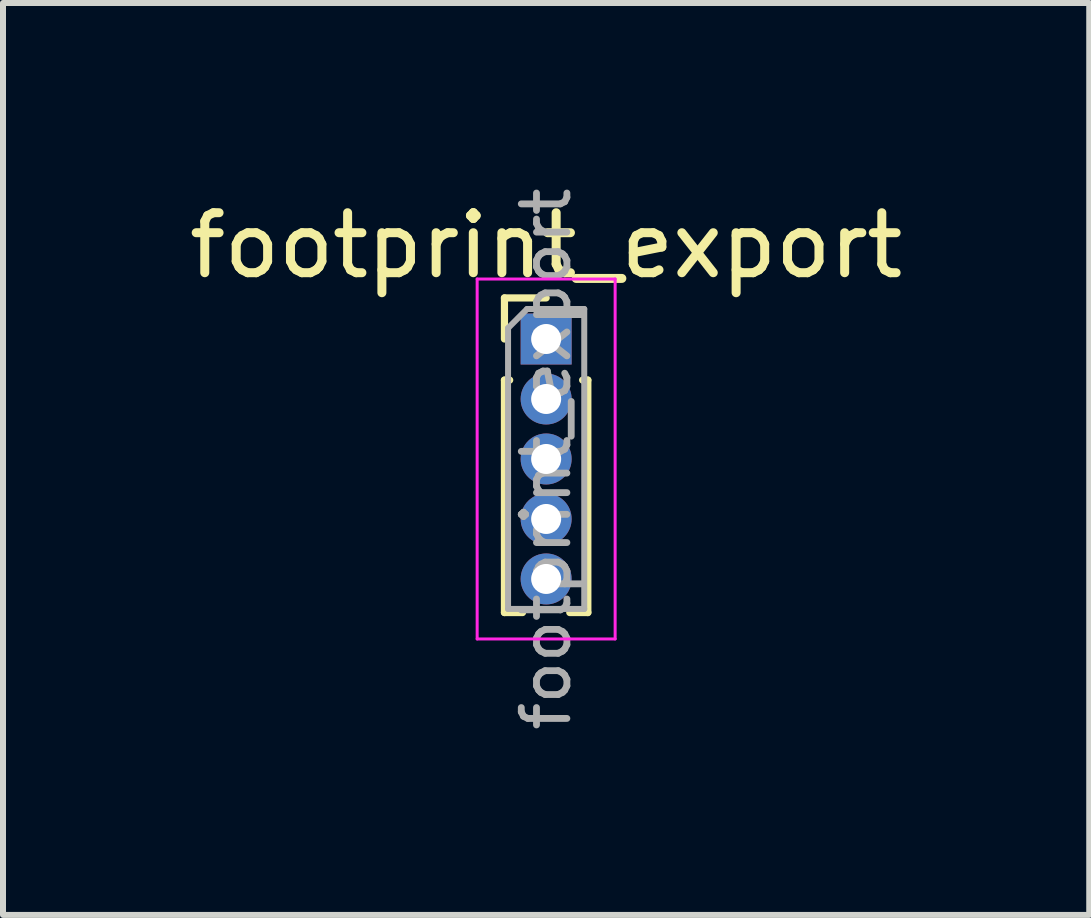
<source format=kicad_pcb>
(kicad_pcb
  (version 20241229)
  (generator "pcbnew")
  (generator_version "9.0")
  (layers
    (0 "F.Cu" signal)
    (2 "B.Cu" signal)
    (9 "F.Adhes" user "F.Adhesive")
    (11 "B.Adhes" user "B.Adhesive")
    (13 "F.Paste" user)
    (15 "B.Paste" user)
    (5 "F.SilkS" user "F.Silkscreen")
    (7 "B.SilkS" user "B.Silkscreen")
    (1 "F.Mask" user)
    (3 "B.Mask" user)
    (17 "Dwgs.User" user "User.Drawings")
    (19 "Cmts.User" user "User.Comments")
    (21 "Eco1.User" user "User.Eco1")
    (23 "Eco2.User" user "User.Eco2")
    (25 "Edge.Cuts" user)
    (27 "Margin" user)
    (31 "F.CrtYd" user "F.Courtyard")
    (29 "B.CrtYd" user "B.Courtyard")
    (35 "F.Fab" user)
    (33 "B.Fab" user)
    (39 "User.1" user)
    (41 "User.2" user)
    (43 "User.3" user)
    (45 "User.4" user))
  (footprint "footprint_export"
    (layer "F.Cu")
    (at 6.054 2.601)
    (property "Reference" "footprint_export" (at 0 -1.56 0) (layer "F.SilkS") (effects (font (size 1 1) (thickness 0.15))))
    (attr through_hole)
    (fp_line (start -0.695 -0.685) (end 0 -0.685) (stroke (width 0.12) (type solid)) (layer "F.SilkS"))
    (fp_line (start -0.695 0) (end -0.695 -0.685) (stroke (width 0.12) (type solid)) (layer "F.SilkS"))
    (fp_line (start -0.695 0.685) (end -0.695 4.56) (stroke (width 0.12) (type solid)) (layer "F.SilkS"))
    (fp_line (start -0.695 0.685) (end -0.608 0.685) (stroke (width 0.12) (type solid)) (layer "F.SilkS"))
    (fp_line (start -0.695 4.56) (end -0.394 4.56) (stroke (width 0.12) (type solid)) (layer "F.SilkS"))
    (fp_line (start 0.394 4.56) (end 0.695 4.56) (stroke (width 0.12) (type solid)) (layer "F.SilkS"))
    (fp_line (start 0.608 0.685) (end 0.695 0.685) (stroke (width 0.12) (type solid)) (layer "F.SilkS"))
    (fp_line (start 0.695 0.685) (end 0.695 4.56) (stroke (width 0.12) (type solid)) (layer "F.SilkS"))
    (fp_line (start -1.15 -1) (end -1.15 5) (stroke (width 0.05) (type solid)) (layer "F.CrtYd"))
    (fp_line (start -1.15 5) (end 1.15 5) (stroke (width 0.05) (type solid)) (layer "F.CrtYd"))
    (fp_line (start 1.15 -1) (end -1.15 -1) (stroke (width 0.05) (type solid)) (layer "F.CrtYd"))
    (fp_line (start 1.15 5) (end 1.15 -1) (stroke (width 0.05) (type solid)) (layer "F.CrtYd"))
    (fp_line (start -0.635 -0.182) (end -0.318 -0.5) (stroke (width 0.1) (type solid)) (layer "F.Fab"))
    (fp_line (start -0.635 4.5) (end -0.635 -0.182) (stroke (width 0.1) (type solid)) (layer "F.Fab"))
    (fp_line (start -0.318 -0.5) (end 0.635 -0.5) (stroke (width 0.1) (type solid)) (layer "F.Fab"))
    (fp_line (start 0.635 -0.5) (end 0.635 4.5) (stroke (width 0.1) (type solid)) (layer "F.Fab"))
    (fp_line (start 0.635 4.5) (end -0.635 4.5) (stroke (width 0.1) (type solid)) (layer "F.Fab"))
    (fp_text user "${REFERENCE}" (at 0 2 90) (layer "F.Fab") (effects (font (size 0.76 0.76) (thickness 0.114))))
    (pad "1" thru_hole rect (at 0 0) (size 0.85 0.85) (drill 0.5) (layers "*.Cu" "*.Mask"))
    (pad "2" thru_hole oval (at 0 1) (size 0.85 0.85) (drill 0.5) (layers "*.Cu" "*.Mask"))
    (pad "3" thru_hole oval (at 0 2) (size 0.85 0.85) (drill 0.5) (layers "*.Cu" "*.Mask"))
    (pad "4" thru_hole oval (at 0 3) (size 0.85 0.85) (drill 0.5) (layers "*.Cu" "*.Mask"))
    (pad "5" thru_hole oval (at 0 4) (size 0.85 0.85) (drill 0.5) (layers "*.Cu" "*.Mask")))
  (gr_rect
    (start -3 -3)
    (end 15.107 12.201)
    (stroke (width 0.1) (type default))
    (fill no)
    (layer "Edge.Cuts")))
</source>
